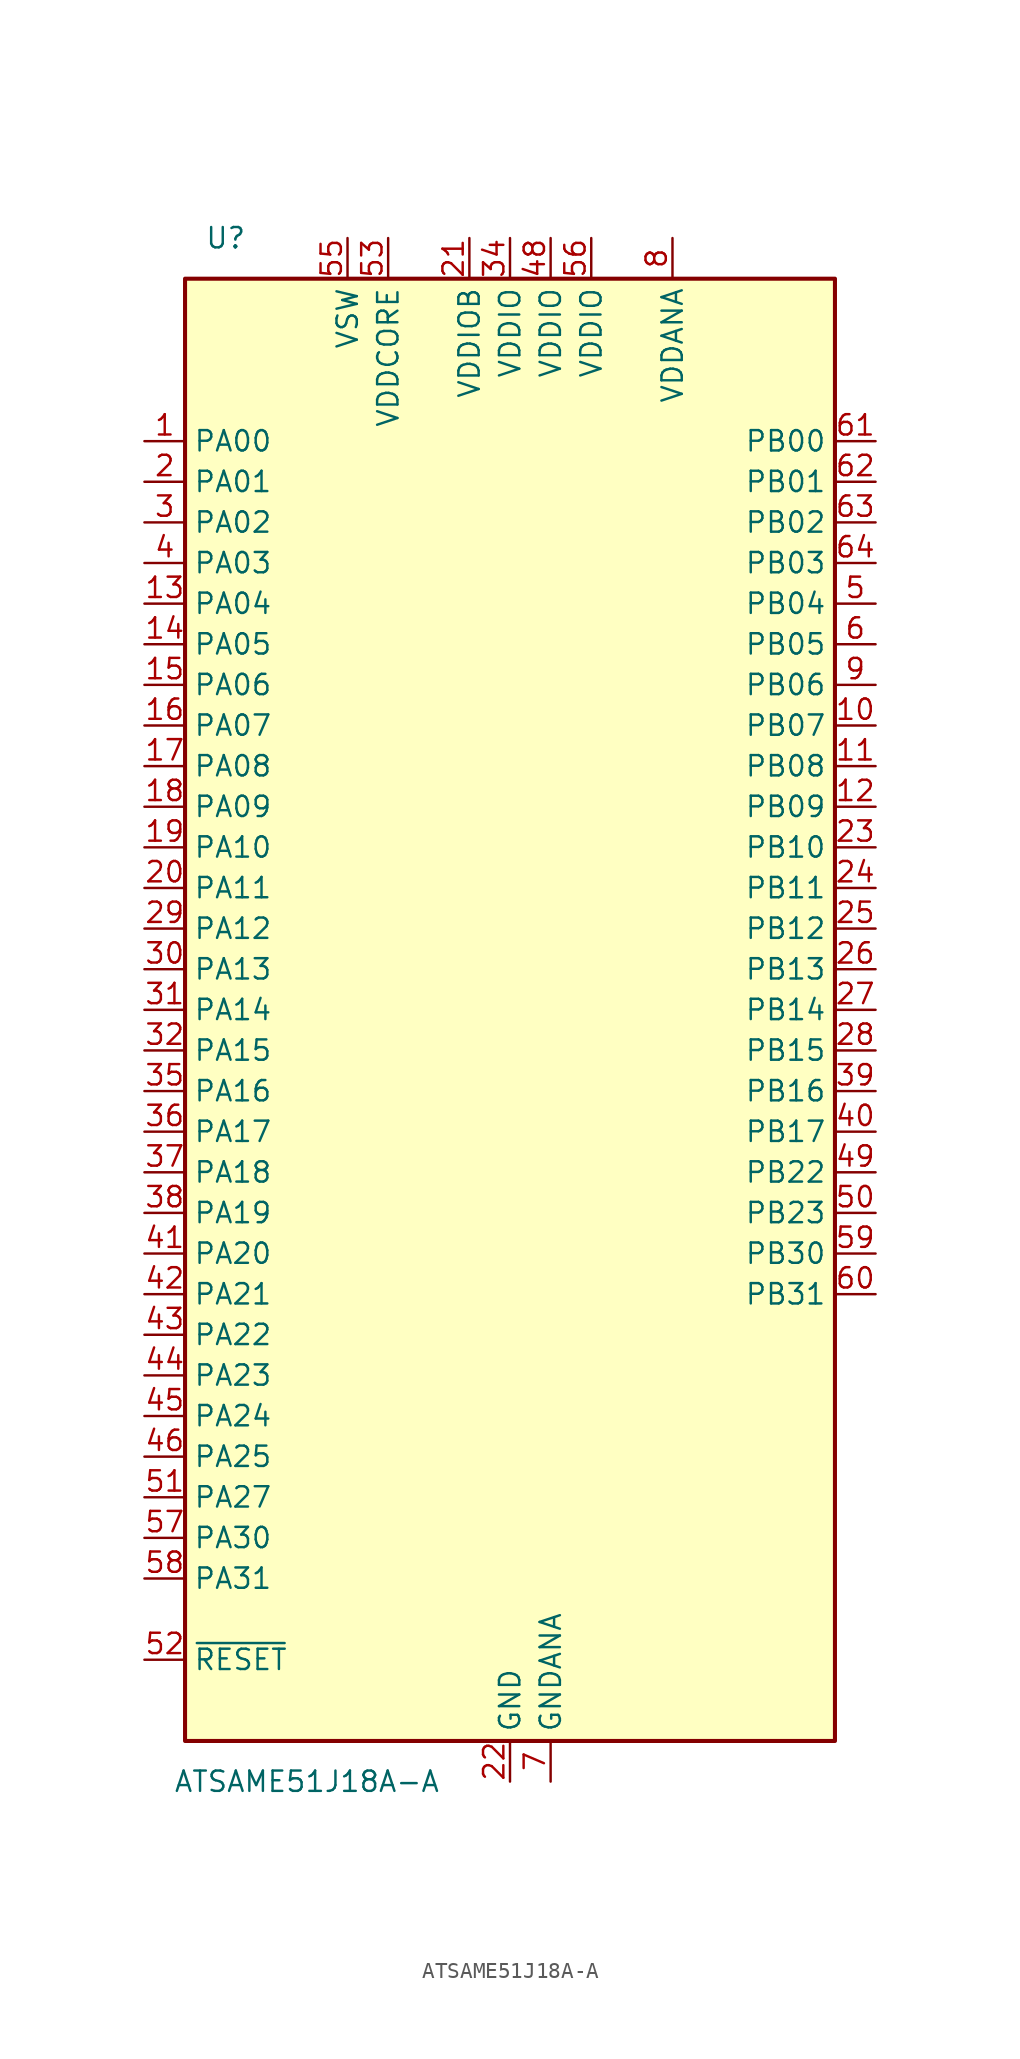
<source format=kicad_sym>
(kicad_symbol_lib
  (version 20201005)
  (generator kicad_symbol_editor)
  (symbol "ATSAME51J18A-A"
    (property "Reference" "U"
      (at -17.78 48.26 0)
      (effects (font (size 1.27 1.27))))
    (property "Value" "ATSAME51J18A-A"
      (at -12.7 -48.26 0)
      (effects (font (size 1.27 1.27))))
    (symbol "ATSAME51J18A-A_0_1"
      (rectangle (start -20.32 45.72) (end 20.32 -45.72) (stroke (width 0.254)) (fill (type background))))
    (symbol "ATSAME51J18A-A_1_0"
      (pin bidirectional line (at 22.86 27.94 180) (length 2.54) (name "PB03" (effects (font (size 1.27 1.27)))) (number "64" (effects (font (size 1.27 1.27))))))
    (symbol "ATSAME51J18A-A_1_1"
      (pin bidirectional line (at -22.86 35.56 0) (length 2.54) (name "PA00" (effects (font (size 1.27 1.27)))) (number "1" (effects (font (size 1.27 1.27)))))
      (pin bidirectional line (at 22.86 17.78 180) (length 2.54) (name "PB07" (effects (font (size 1.27 1.27)))) (number "10" (effects (font (size 1.27 1.27)))))
      (pin bidirectional line (at 22.86 15.24 180) (length 2.54) (name "PB08" (effects (font (size 1.27 1.27)))) (number "11" (effects (font (size 1.27 1.27)))))
      (pin bidirectional line (at 22.86 12.7 180) (length 2.54) (name "PB09" (effects (font (size 1.27 1.27)))) (number "12" (effects (font (size 1.27 1.27)))))
      (pin bidirectional line (at -22.86 25.4 0) (length 2.54) (name "PA04" (effects (font (size 1.27 1.27)))) (number "13" (effects (font (size 1.27 1.27)))))
      (pin bidirectional line (at -22.86 22.86 0) (length 2.54) (name "PA05" (effects (font (size 1.27 1.27)))) (number "14" (effects (font (size 1.27 1.27)))))
      (pin bidirectional line (at -22.86 20.32 0) (length 2.54) (name "PA06" (effects (font (size 1.27 1.27)))) (number "15" (effects (font (size 1.27 1.27)))))
      (pin bidirectional line (at -22.86 17.78 0) (length 2.54) (name "PA07" (effects (font (size 1.27 1.27)))) (number "16" (effects (font (size 1.27 1.27)))))
      (pin bidirectional line (at -22.86 15.24 0) (length 2.54) (name "PA08" (effects (font (size 1.27 1.27)))) (number "17" (effects (font (size 1.27 1.27)))))
      (pin bidirectional line (at -22.86 12.7 0) (length 2.54) (name "PA09" (effects (font (size 1.27 1.27)))) (number "18" (effects (font (size 1.27 1.27)))))
      (pin bidirectional line (at -22.86 10.16 0) (length 2.54) (name "PA10" (effects (font (size 1.27 1.27)))) (number "19" (effects (font (size 1.27 1.27)))))
      (pin bidirectional line (at -22.86 33.02 0) (length 2.54) (name "PA01" (effects (font (size 1.27 1.27)))) (number "2" (effects (font (size 1.27 1.27)))))
      (pin bidirectional line (at -22.86 7.62 0) (length 2.54) (name "PA11" (effects (font (size 1.27 1.27)))) (number "20" (effects (font (size 1.27 1.27)))))
      (pin power_in line (at -2.54 48.26 270) (length 2.54) (name "VDDIOB" (effects (font (size 1.27 1.27)))) (number "21" (effects (font (size 1.27 1.27)))))
      (pin power_in line (at 0 -48.26 90) (length 2.54) (name "GND" (effects (font (size 1.27 1.27)))) (number "22" (effects (font (size 1.27 1.27)))))
      (pin bidirectional line (at 22.86 10.16 180) (length 2.54) (name "PB10" (effects (font (size 1.27 1.27)))) (number "23" (effects (font (size 1.27 1.27)))))
      (pin bidirectional line (at 22.86 7.62 180) (length 2.54) (name "PB11" (effects (font (size 1.27 1.27)))) (number "24" (effects (font (size 1.27 1.27)))))
      (pin bidirectional line (at 22.86 5.08 180) (length 2.54) (name "PB12" (effects (font (size 1.27 1.27)))) (number "25" (effects (font (size 1.27 1.27)))))
      (pin bidirectional line (at 22.86 2.54 180) (length 2.54) (name "PB13" (effects (font (size 1.27 1.27)))) (number "26" (effects (font (size 1.27 1.27)))))
      (pin bidirectional line (at 22.86 0 180) (length 2.54) (name "PB14" (effects (font (size 1.27 1.27)))) (number "27" (effects (font (size 1.27 1.27)))))
      (pin bidirectional line (at 22.86 -2.54 180) (length 2.54) (name "PB15" (effects (font (size 1.27 1.27)))) (number "28" (effects (font (size 1.27 1.27)))))
      (pin bidirectional line (at -22.86 5.08 0) (length 2.54) (name "PA12" (effects (font (size 1.27 1.27)))) (number "29" (effects (font (size 1.27 1.27)))))
      (pin bidirectional line (at -22.86 30.48 0) (length 2.54) (name "PA02" (effects (font (size 1.27 1.27)))) (number "3" (effects (font (size 1.27 1.27)))))
      (pin bidirectional line (at -22.86 2.54 0) (length 2.54) (name "PA13" (effects (font (size 1.27 1.27)))) (number "30" (effects (font (size 1.27 1.27)))))
      (pin bidirectional line (at -22.86 0 0) (length 2.54) (name "PA14" (effects (font (size 1.27 1.27)))) (number "31" (effects (font (size 1.27 1.27)))))
      (pin bidirectional line (at -22.86 -2.54 0) (length 2.54) (name "PA15" (effects (font (size 1.27 1.27)))) (number "32" (effects (font (size 1.27 1.27)))))
      (pin passive line (at 0 -48.26 90) (length 2.54) hide (name "GND" (effects (font (size 1.27 1.27)))) (number "33" (effects (font (size 1.27 1.27)))))
      (pin power_in line (at 0 48.26 270) (length 2.54) (name "VDDIO" (effects (font (size 1.27 1.27)))) (number "34" (effects (font (size 1.27 1.27)))))
      (pin bidirectional line (at -22.86 -5.08 0) (length 2.54) (name "PA16" (effects (font (size 1.27 1.27)))) (number "35" (effects (font (size 1.27 1.27)))))
      (pin bidirectional line (at -22.86 -7.62 0) (length 2.54) (name "PA17" (effects (font (size 1.27 1.27)))) (number "36" (effects (font (size 1.27 1.27)))))
      (pin bidirectional line (at -22.86 -10.16 0) (length 2.54) (name "PA18" (effects (font (size 1.27 1.27)))) (number "37" (effects (font (size 1.27 1.27)))))
      (pin bidirectional line (at -22.86 -12.7 0) (length 2.54) (name "PA19" (effects (font (size 1.27 1.27)))) (number "38" (effects (font (size 1.27 1.27)))))
      (pin bidirectional line (at 22.86 -5.08 180) (length 2.54) (name "PB16" (effects (font (size 1.27 1.27)))) (number "39" (effects (font (size 1.27 1.27)))))
      (pin bidirectional line (at -22.86 27.94 0) (length 2.54) (name "PA03" (effects (font (size 1.27 1.27)))) (number "4" (effects (font (size 1.27 1.27)))))
      (pin bidirectional line (at 22.86 -7.62 180) (length 2.54) (name "PB17" (effects (font (size 1.27 1.27)))) (number "40" (effects (font (size 1.27 1.27)))))
      (pin bidirectional line (at -22.86 -15.24 0) (length 2.54) (name "PA20" (effects (font (size 1.27 1.27)))) (number "41" (effects (font (size 1.27 1.27)))))
      (pin bidirectional line (at -22.86 -17.78 0) (length 2.54) (name "PA21" (effects (font (size 1.27 1.27)))) (number "42" (effects (font (size 1.27 1.27)))))
      (pin bidirectional line (at -22.86 -20.32 0) (length 2.54) (name "PA22" (effects (font (size 1.27 1.27)))) (number "43" (effects (font (size 1.27 1.27)))))
      (pin bidirectional line (at -22.86 -22.86 0) (length 2.54) (name "PA23" (effects (font (size 1.27 1.27)))) (number "44" (effects (font (size 1.27 1.27)))))
      (pin bidirectional line (at -22.86 -25.4 0) (length 2.54) (name "PA24" (effects (font (size 1.27 1.27)))) (number "45" (effects (font (size 1.27 1.27)))))
      (pin bidirectional line (at -22.86 -27.94 0) (length 2.54) (name "PA25" (effects (font (size 1.27 1.27)))) (number "46" (effects (font (size 1.27 1.27)))))
      (pin passive line (at 0 -48.26 90) (length 2.54) hide (name "GND" (effects (font (size 1.27 1.27)))) (number "47" (effects (font (size 1.27 1.27)))))
      (pin power_in line (at 2.54 48.26 270) (length 2.54) (name "VDDIO" (effects (font (size 1.27 1.27)))) (number "48" (effects (font (size 1.27 1.27)))))
      (pin bidirectional line (at 22.86 -10.16 180) (length 2.54) (name "PB22" (effects (font (size 1.27 1.27)))) (number "49" (effects (font (size 1.27 1.27)))))
      (pin bidirectional line (at 22.86 25.4 180) (length 2.54) (name "PB04" (effects (font (size 1.27 1.27)))) (number "5" (effects (font (size 1.27 1.27)))))
      (pin bidirectional line (at 22.86 -12.7 180) (length 2.54) (name "PB23" (effects (font (size 1.27 1.27)))) (number "50" (effects (font (size 1.27 1.27)))))
      (pin bidirectional line (at -22.86 -30.48 0) (length 2.54) (name "PA27" (effects (font (size 1.27 1.27)))) (number "51" (effects (font (size 1.27 1.27)))))
      (pin input line (at -22.86 -40.64 0) (length 2.54) (name "~RESET" (effects (font (size 1.27 1.27)))) (number "52" (effects (font (size 1.27 1.27)))))
      (pin power_out line (at -7.62 48.26 270) (length 2.54) (name "VDDCORE" (effects (font (size 1.27 1.27)))) (number "53" (effects (font (size 1.27 1.27)))))
      (pin passive line (at 0 -48.26 90) (length 2.54) hide (name "GND" (effects (font (size 1.27 1.27)))) (number "54" (effects (font (size 1.27 1.27)))))
      (pin power_in line (at -10.16 48.26 270) (length 2.54) (name "VSW" (effects (font (size 1.27 1.27)))) (number "55" (effects (font (size 1.27 1.27)))))
      (pin power_in line (at 5.08 48.26 270) (length 2.54) (name "VDDIO" (effects (font (size 1.27 1.27)))) (number "56" (effects (font (size 1.27 1.27)))))
      (pin bidirectional line (at -22.86 -33.02 0) (length 2.54) (name "PA30" (effects (font (size 1.27 1.27)))) (number "57" (effects (font (size 1.27 1.27)))))
      (pin bidirectional line (at -22.86 -35.56 0) (length 2.54) (name "PA31" (effects (font (size 1.27 1.27)))) (number "58" (effects (font (size 1.27 1.27)))))
      (pin bidirectional line (at 22.86 -15.24 180) (length 2.54) (name "PB30" (effects (font (size 1.27 1.27)))) (number "59" (effects (font (size 1.27 1.27)))))
      (pin bidirectional line (at 22.86 22.86 180) (length 2.54) (name "PB05" (effects (font (size 1.27 1.27)))) (number "6" (effects (font (size 1.27 1.27)))))
      (pin bidirectional line (at 22.86 -17.78 180) (length 2.54) (name "PB31" (effects (font (size 1.27 1.27)))) (number "60" (effects (font (size 1.27 1.27)))))
      (pin bidirectional line (at 22.86 35.56 180) (length 2.54) (name "PB00" (effects (font (size 1.27 1.27)))) (number "61" (effects (font (size 1.27 1.27)))))
      (pin bidirectional line (at 22.86 33.02 180) (length 2.54) (name "PB01" (effects (font (size 1.27 1.27)))) (number "62" (effects (font (size 1.27 1.27)))))
      (pin bidirectional line (at 22.86 30.48 180) (length 2.54) (name "PB02" (effects (font (size 1.27 1.27)))) (number "63" (effects (font (size 1.27 1.27)))))
      (pin power_in line (at 2.54 -48.26 90) (length 2.54) (name "GNDANA" (effects (font (size 1.27 1.27)))) (number "7" (effects (font (size 1.27 1.27)))))
      (pin power_in line (at 10.16 48.26 270) (length 2.54) (name "VDDANA" (effects (font (size 1.27 1.27)))) (number "8" (effects (font (size 1.27 1.27)))))
      (pin bidirectional line (at 22.86 20.32 180) (length 2.54) (name "PB06" (effects (font (size 1.27 1.27)))) (number "9" (effects (font (size 1.27 1.27))))))))
</source>
